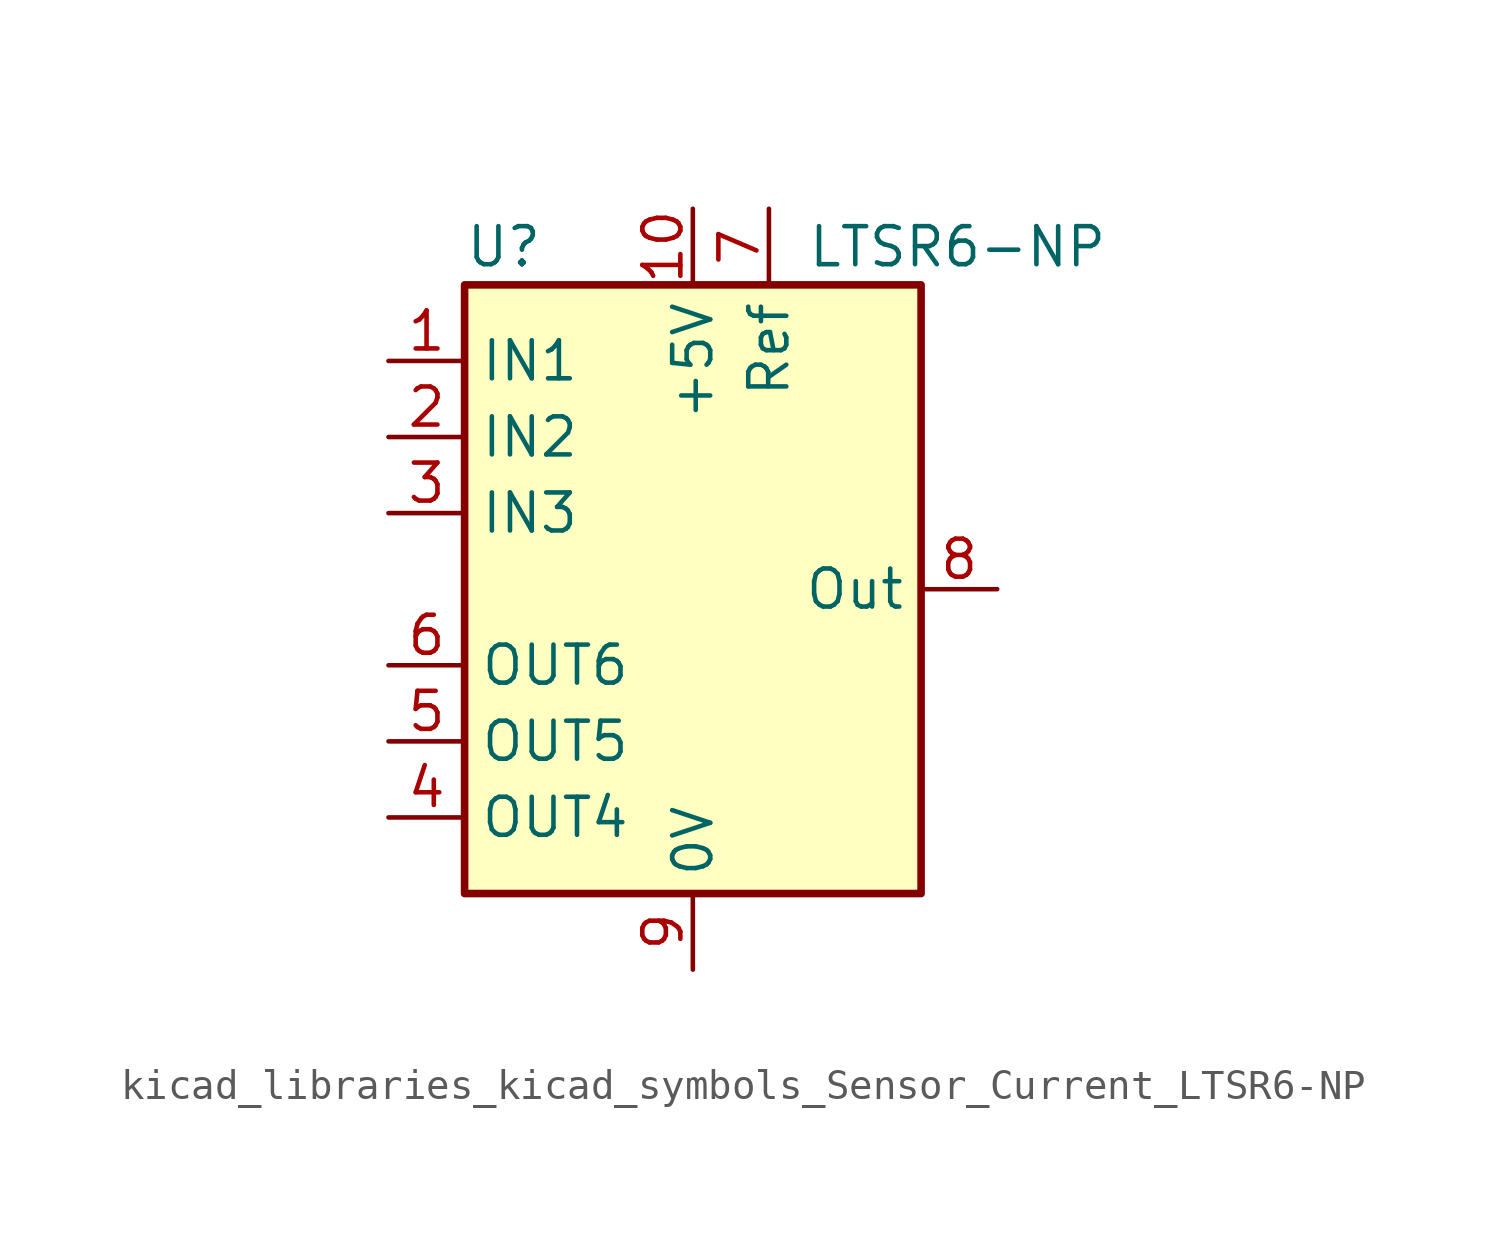
<source format=kicad_sym>
(kicad_symbol_lib
  (version 20220914)
  (generator kicad_symbol_editor)
  (symbol "kicad_libraries_kicad_symbols_Sensor_Current_LTSR6-NP"
    (property "Reference" "U"
      (at -7.62 11.43 0)
      (effects (font (size 1.27 1.27)) (justify left)))
    (property "Value" "LTSR6-NP"
      (at 3.81 11.43 0)
      (effects (font (size 1.27 1.27)) (justify left)))
    (symbol "kicad_libraries_kicad_symbols_Sensor_Current_LTSR6-NP_0_1"
      (rectangle (start -7.62 10.16) (end 7.62 -10.16) (stroke (width 0.254) (type default)) (fill (type background))))
    (symbol "kicad_libraries_kicad_symbols_Sensor_Current_LTSR6-NP_1_1"
      (pin passive line (at -10.16 7.62 0) (length 2.54) (name "IN1" (effects (font (size 1.27 1.27)))) (number "1" (effects (font (size 1.27 1.27)))))
      (pin power_in line (at 0 12.7 270) (length 2.54) (name "+5V" (effects (font (size 1.27 1.27)))) (number "10" (effects (font (size 1.27 1.27)))))
      (pin passive line (at -10.16 5.08 0) (length 2.54) (name "IN2" (effects (font (size 1.27 1.27)))) (number "2" (effects (font (size 1.27 1.27)))))
      (pin passive line (at -10.16 2.54 0) (length 2.54) (name "IN3" (effects (font (size 1.27 1.27)))) (number "3" (effects (font (size 1.27 1.27)))))
      (pin passive line (at -10.16 -7.62 0) (length 2.54) (name "OUT4" (effects (font (size 1.27 1.27)))) (number "4" (effects (font (size 1.27 1.27)))))
      (pin passive line (at -10.16 -5.08 0) (length 2.54) (name "OUT5" (effects (font (size 1.27 1.27)))) (number "5" (effects (font (size 1.27 1.27)))))
      (pin passive line (at -10.16 -2.54 0) (length 2.54) (name "OUT6" (effects (font (size 1.27 1.27)))) (number "6" (effects (font (size 1.27 1.27)))))
      (pin passive line (at 2.54 12.7 270) (length 2.54) (name "Ref" (effects (font (size 1.27 1.27)))) (number "7" (effects (font (size 1.27 1.27)))))
      (pin output line (at 10.16 0 180) (length 2.54) (name "Out" (effects (font (size 1.27 1.27)))) (number "8" (effects (font (size 1.27 1.27)))))
      (pin power_in line (at 0 -12.7 90) (length 2.54) (name "0V" (effects (font (size 1.27 1.27)))) (number "9" (effects (font (size 1.27 1.27))))))))
</source>
